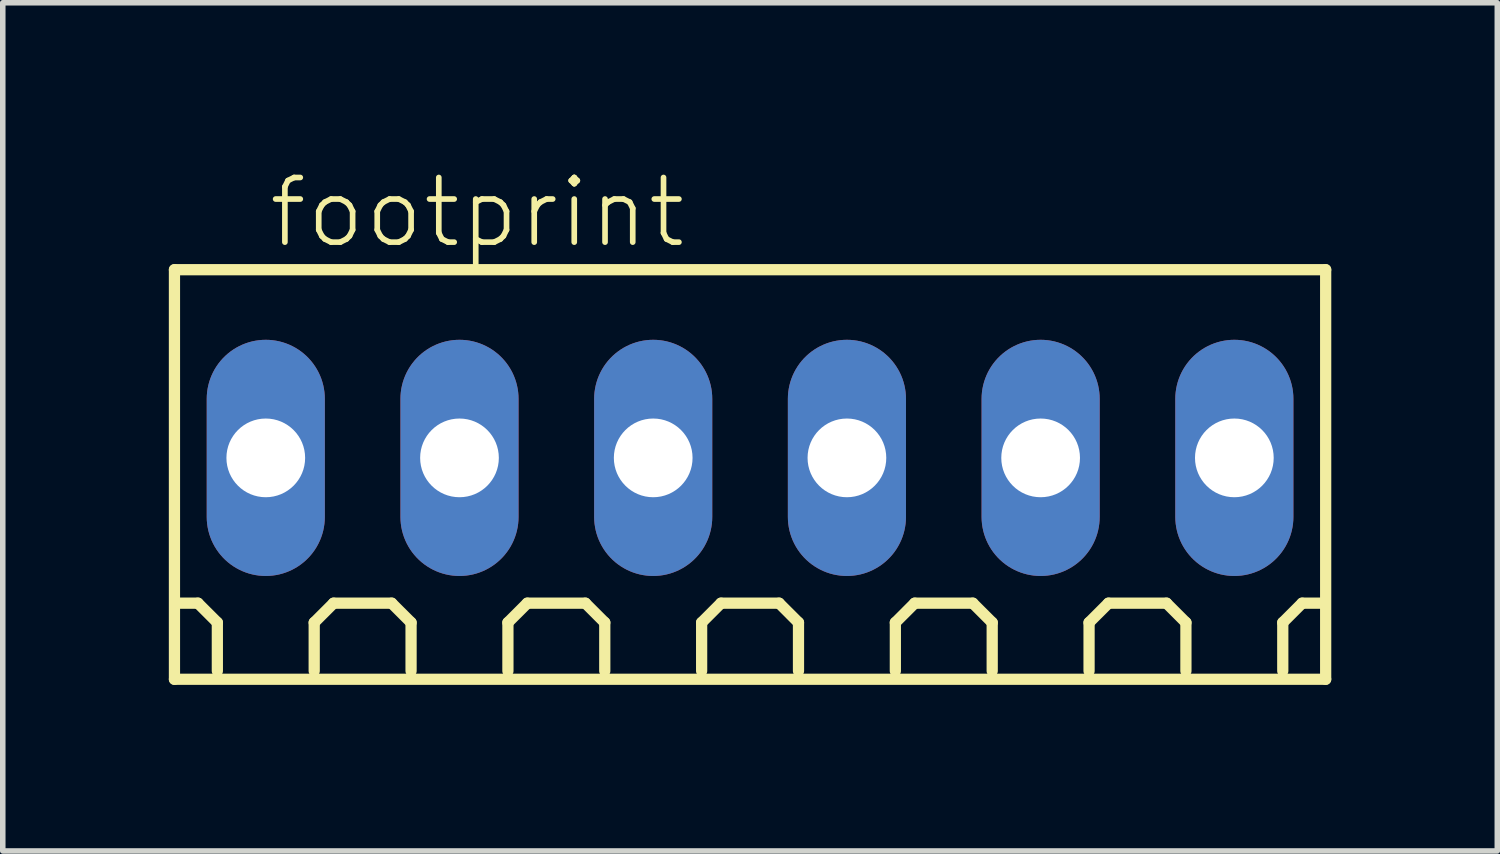
<source format=kicad_pcb>
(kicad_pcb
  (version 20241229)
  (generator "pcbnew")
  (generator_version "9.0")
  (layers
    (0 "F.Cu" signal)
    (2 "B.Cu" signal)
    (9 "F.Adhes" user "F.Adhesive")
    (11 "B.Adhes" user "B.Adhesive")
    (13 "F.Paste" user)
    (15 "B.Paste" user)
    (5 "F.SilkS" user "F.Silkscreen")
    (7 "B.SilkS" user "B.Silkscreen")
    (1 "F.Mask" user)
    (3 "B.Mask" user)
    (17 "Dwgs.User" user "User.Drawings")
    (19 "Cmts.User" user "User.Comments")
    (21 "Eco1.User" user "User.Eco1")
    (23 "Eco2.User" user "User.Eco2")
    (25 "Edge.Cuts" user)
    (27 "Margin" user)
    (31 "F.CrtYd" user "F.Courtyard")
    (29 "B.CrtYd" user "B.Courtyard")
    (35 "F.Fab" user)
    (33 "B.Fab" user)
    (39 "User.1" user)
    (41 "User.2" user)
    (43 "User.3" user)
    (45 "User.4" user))
  (footprint "footprint"
    (layer "F.Cu")
    (at 10.502 5.223)
    (property "Reference" "footprint" (at -8.75 -3.75 0) (layer "F.SilkS") (effects (font (size 1.168 1.168) (thickness 0.102)) (justify left bottom)))
    (fp_line (start -10.4 -3.4) (end 10.4 -3.4) (stroke (width 0.203) (type solid)) (layer "F.SilkS"))
    (fp_line (start -10.4 4) (end -10.4 -3.4) (stroke (width 0.203) (type solid)) (layer "F.SilkS"))
    (fp_line (start -9.975 2.625) (end -10.325 2.625) (stroke (width 0.203) (type solid)) (layer "F.SilkS"))
    (fp_line (start -9.625 2.975) (end -9.975 2.625) (stroke (width 0.203) (type solid)) (layer "F.SilkS"))
    (fp_line (start -9.625 3.85) (end -9.625 2.975) (stroke (width 0.203) (type solid)) (layer "F.SilkS"))
    (fp_line (start -7.875 2.975) (end -7.525 2.625) (stroke (width 0.203) (type solid)) (layer "F.SilkS"))
    (fp_line (start -7.875 3.85) (end -7.875 2.975) (stroke (width 0.203) (type solid)) (layer "F.SilkS"))
    (fp_line (start -7.525 2.625) (end -6.475 2.625) (stroke (width 0.203) (type solid)) (layer "F.SilkS"))
    (fp_line (start -6.475 2.625) (end -6.125 2.975) (stroke (width 0.203) (type solid)) (layer "F.SilkS"))
    (fp_line (start -6.125 2.975) (end -6.125 3.85) (stroke (width 0.203) (type solid)) (layer "F.SilkS"))
    (fp_line (start -4.375 2.975) (end -4.025 2.625) (stroke (width 0.203) (type solid)) (layer "F.SilkS"))
    (fp_line (start -4.375 3.85) (end -4.375 2.975) (stroke (width 0.203) (type solid)) (layer "F.SilkS"))
    (fp_line (start -4.025 2.625) (end -2.975 2.625) (stroke (width 0.203) (type solid)) (layer "F.SilkS"))
    (fp_line (start -2.975 2.625) (end -2.625 2.975) (stroke (width 0.203) (type solid)) (layer "F.SilkS"))
    (fp_line (start -2.625 2.975) (end -2.625 3.85) (stroke (width 0.203) (type solid)) (layer "F.SilkS"))
    (fp_line (start -0.875 2.975) (end -0.525 2.625) (stroke (width 0.203) (type solid)) (layer "F.SilkS"))
    (fp_line (start -0.875 3.85) (end -0.875 2.975) (stroke (width 0.203) (type solid)) (layer "F.SilkS"))
    (fp_line (start -0.525 2.625) (end 0.525 2.625) (stroke (width 0.203) (type solid)) (layer "F.SilkS"))
    (fp_line (start 0.525 2.625) (end 0.875 2.975) (stroke (width 0.203) (type solid)) (layer "F.SilkS"))
    (fp_line (start 0.875 2.975) (end 0.875 3.85) (stroke (width 0.203) (type solid)) (layer "F.SilkS"))
    (fp_line (start 2.625 2.975) (end 2.975 2.625) (stroke (width 0.203) (type solid)) (layer "F.SilkS"))
    (fp_line (start 2.625 3.85) (end 2.625 2.975) (stroke (width 0.203) (type solid)) (layer "F.SilkS"))
    (fp_line (start 2.975 2.625) (end 4.025 2.625) (stroke (width 0.203) (type solid)) (layer "F.SilkS"))
    (fp_line (start 4.025 2.625) (end 4.375 2.975) (stroke (width 0.203) (type solid)) (layer "F.SilkS"))
    (fp_line (start 4.375 2.975) (end 4.375 3.85) (stroke (width 0.203) (type solid)) (layer "F.SilkS"))
    (fp_line (start 6.125 2.975) (end 6.475 2.625) (stroke (width 0.203) (type solid)) (layer "F.SilkS"))
    (fp_line (start 6.125 3.85) (end 6.125 2.975) (stroke (width 0.203) (type solid)) (layer "F.SilkS"))
    (fp_line (start 6.475 2.625) (end 7.525 2.625) (stroke (width 0.203) (type solid)) (layer "F.SilkS"))
    (fp_line (start 7.525 2.625) (end 7.875 2.975) (stroke (width 0.203) (type solid)) (layer "F.SilkS"))
    (fp_line (start 7.875 2.975) (end 7.875 3.85) (stroke (width 0.203) (type solid)) (layer "F.SilkS"))
    (fp_line (start 9.625 2.975) (end 9.975 2.625) (stroke (width 0.203) (type solid)) (layer "F.SilkS"))
    (fp_line (start 9.625 3.85) (end 9.625 2.975) (stroke (width 0.203) (type solid)) (layer "F.SilkS"))
    (fp_line (start 9.975 2.625) (end 10.325 2.625) (stroke (width 0.203) (type solid)) (layer "F.SilkS"))
    (fp_line (start 10.4 -3.4) (end 10.4 4) (stroke (width 0.203) (type solid)) (layer "F.SilkS"))
    (fp_line (start 10.4 4) (end -10.4 4) (stroke (width 0.203) (type solid)) (layer "F.SilkS"))
    (pad "1" thru_hole oval (at -8.75 0 90) (size 4.267 2.134) (drill 1.422) (layers "*.Cu" "*.Mask"))
    (pad "2" thru_hole oval (at -5.25 0 90) (size 4.267 2.134) (drill 1.422) (layers "*.Cu" "*.Mask"))
    (pad "3" thru_hole oval (at -1.75 0 90) (size 4.267 2.134) (drill 1.422) (layers "*.Cu" "*.Mask"))
    (pad "4" thru_hole oval (at 1.75 0 90) (size 4.267 2.134) (drill 1.422) (layers "*.Cu" "*.Mask"))
    (pad "5" thru_hole oval (at 5.25 0 90) (size 4.267 2.134) (drill 1.422) (layers "*.Cu" "*.Mask"))
    (pad "6" thru_hole oval (at 8.75 0 90) (size 4.267 2.134) (drill 1.422) (layers "*.Cu" "*.Mask")))
  (gr_rect
    (start -3 -3)
    (end 24.003 12.325)
    (stroke (width 0.1) (type default))
    (fill no)
    (layer "Edge.Cuts")))
</source>
